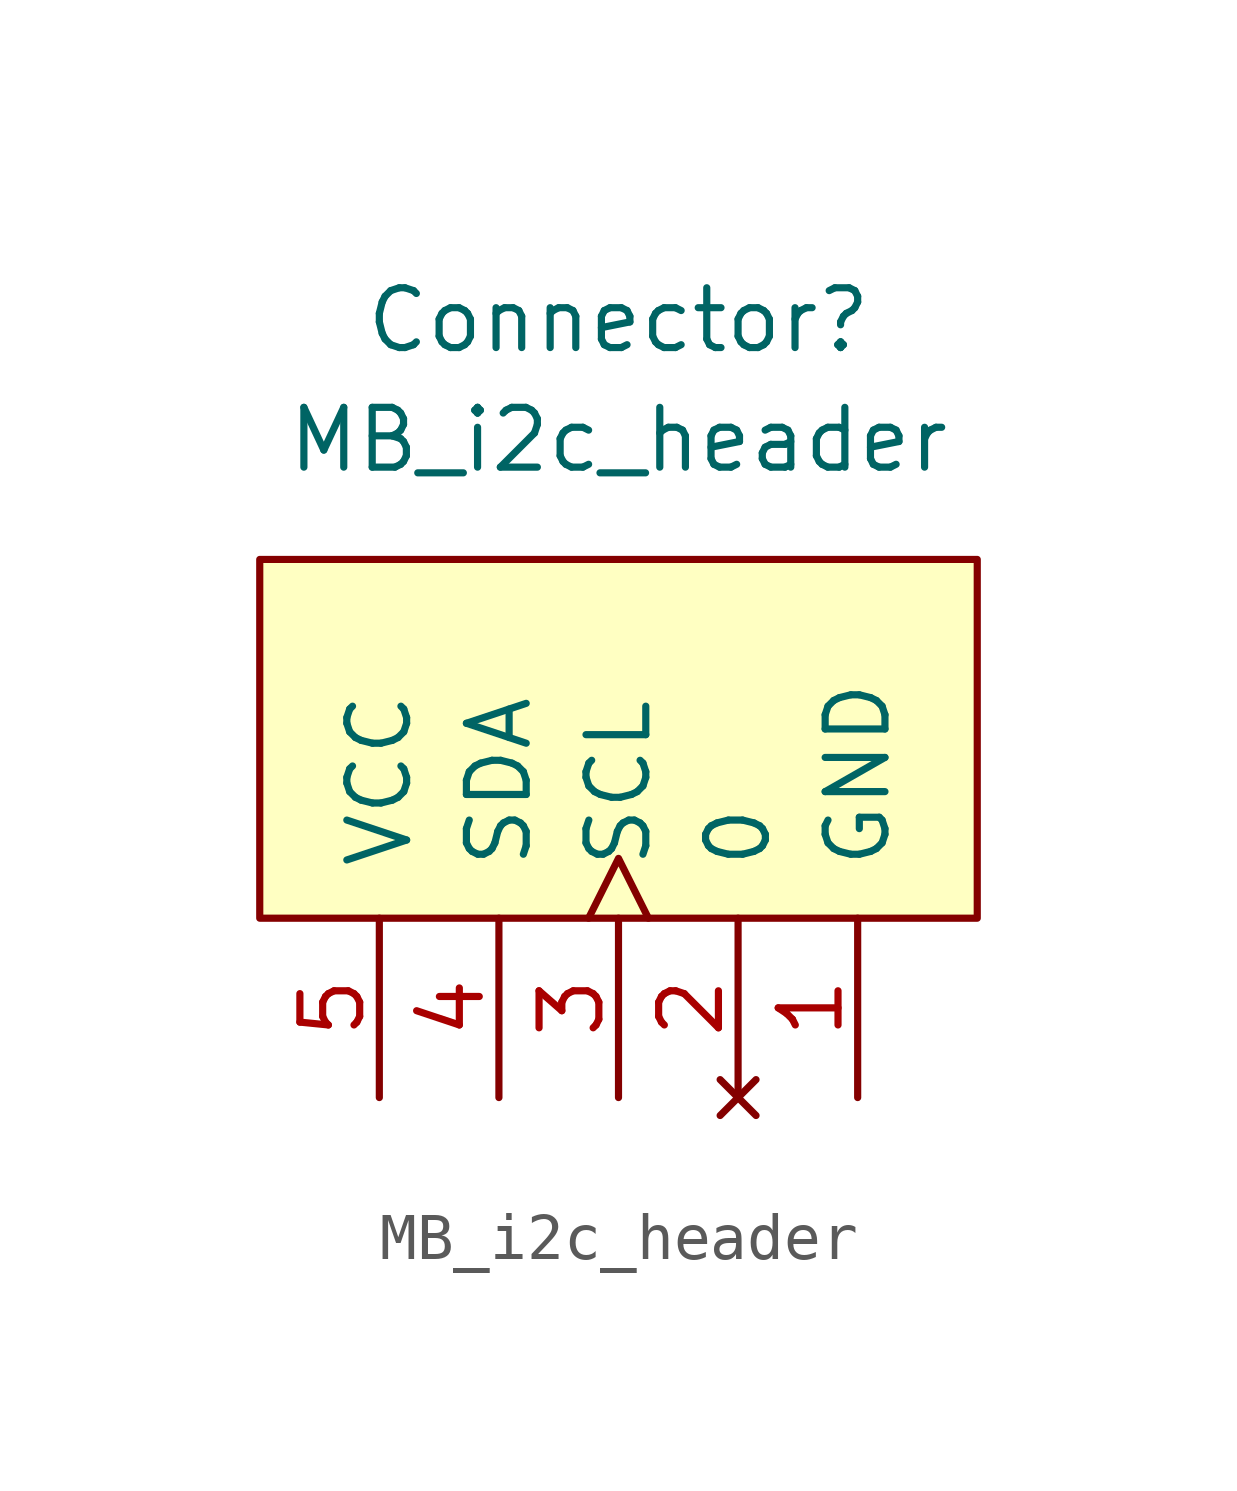
<source format=kicad_sym>
(kicad_symbol_lib
  (version 20220914)
  (generator kicad_symbol_editor)
  (symbol "MB_i2c_header"
    (pin_names
      (offset 1.016))
    (property "Reference" "Connector"
      (at -3.81 8.89 0)
      (effects (font (size 1.27 1.27))))
    (property "Value" "MB_i2c_header"
      (at -3.81 6.35 0)
      (effects (font (size 1.27 1.27))))
    (symbol "MB_i2c_header_0_1"
      (rectangle (start -11.43 3.81) (end 3.81 -3.81) (stroke (width 0) (type default)) (fill (type background))))
    (symbol "MB_i2c_header_1_1"
      (pin power_in line (at 1.27 -7.62 90) (length 3.81) (name "GND" (effects (font (size 1.27 1.27)))) (number "1" (effects (font (size 1.27 1.27)))))
      (pin no_connect line (at -1.27 -7.62 90) (length 3.81) (name "0" (effects (font (size 1.27 1.27)))) (number "2" (effects (font (size 1.27 1.27)))))
      (pin input clock (at -3.81 -7.62 90) (length 3.81) (name "SCL" (effects (font (size 1.27 1.27)))) (number "3" (effects (font (size 1.27 1.27)))))
      (pin input line (at -6.35 -7.62 90) (length 3.81) (name "SDA" (effects (font (size 1.27 1.27)))) (number "4" (effects (font (size 1.27 1.27)))))
      (pin power_in line (at -8.89 -7.62 90) (length 3.81) (name "VCC" (effects (font (size 1.27 1.27)))) (number "5" (effects (font (size 1.27 1.27))))))))
</source>
